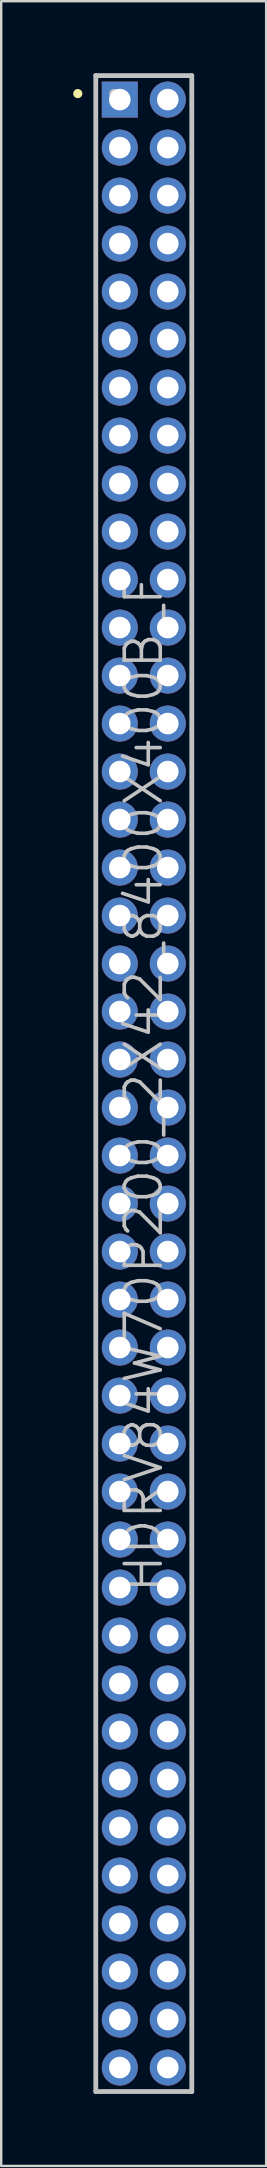
<source format=kicad_pcb>
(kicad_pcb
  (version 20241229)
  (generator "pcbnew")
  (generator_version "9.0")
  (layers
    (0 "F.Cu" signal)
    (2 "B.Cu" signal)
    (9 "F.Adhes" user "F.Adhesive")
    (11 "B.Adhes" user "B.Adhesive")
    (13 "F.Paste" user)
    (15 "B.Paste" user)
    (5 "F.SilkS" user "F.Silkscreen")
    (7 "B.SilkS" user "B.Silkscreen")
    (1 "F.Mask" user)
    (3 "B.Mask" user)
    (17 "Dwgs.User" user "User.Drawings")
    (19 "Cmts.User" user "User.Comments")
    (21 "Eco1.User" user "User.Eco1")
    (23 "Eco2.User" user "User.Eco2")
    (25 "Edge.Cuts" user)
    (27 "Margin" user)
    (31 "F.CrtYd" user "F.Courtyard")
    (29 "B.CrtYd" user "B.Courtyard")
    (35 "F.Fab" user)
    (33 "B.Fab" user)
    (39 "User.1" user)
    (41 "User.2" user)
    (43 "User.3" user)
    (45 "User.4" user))
  (footprint "HDRV84W70P200_2X42_8400X400B_F"
    (layer "F.Cu")
    (at 2.941 42.1)
    (property "Reference" "HDRV84W70P200_2X42_8400X400B_F" (at 0 0 90) (layer "Dwgs.User") (effects (font (size 1.5 1.5) (thickness 0.15))))
    (attr through_hole)
    (fp_line (start -2.75 -41.25) (end -2.75 -41.25) (stroke (width 0.381) (type solid)) (layer "F.SilkS"))
    (fp_line (start -2 -42) (end -2 42) (stroke (width 0.2) (type solid)) (layer "Dwgs.User"))
    (fp_line (start -2 -42) (end 2 -42) (stroke (width 0.2) (type solid)) (layer "Dwgs.User"))
    (fp_line (start -2 42) (end 2 42) (stroke (width 0.2) (type solid)) (layer "Dwgs.User"))
    (fp_line (start -1.25 -41.25) (end -1.25 -41.25) (stroke (width 0.381) (type solid)) (layer "Dwgs.User"))
    (fp_line (start 2 -42) (end 2 42) (stroke (width 0.2) (type solid)) (layer "Dwgs.User"))
    (pad "1" thru_hole rect (at -1 -41) (size 1.5 1.5) (drill 0.9) (layers "*.Cu" "*.Mask"))
    (pad "2" thru_hole circle (at 1 -41 270) (size 1.5 1.5) (drill 0.9) (layers "*.Cu" "*.Mask"))
    (pad "3" thru_hole circle (at -1 -39 270) (size 1.5 1.5) (drill 0.9) (layers "*.Cu" "*.Mask"))
    (pad "4" thru_hole circle (at 1 -39 270) (size 1.5 1.5) (drill 0.9) (layers "*.Cu" "*.Mask"))
    (pad "5" thru_hole circle (at -1 -37 270) (size 1.5 1.5) (drill 0.9) (layers "*.Cu" "*.Mask"))
    (pad "6" thru_hole circle (at 1 -37 270) (size 1.5 1.5) (drill 0.9) (layers "*.Cu" "*.Mask"))
    (pad "7" thru_hole circle (at -1 -35 270) (size 1.5 1.5) (drill 0.9) (layers "*.Cu" "*.Mask"))
    (pad "8" thru_hole circle (at 1 -35 270) (size 1.5 1.5) (drill 0.9) (layers "*.Cu" "*.Mask"))
    (pad "9" thru_hole circle (at -1 -33 270) (size 1.5 1.5) (drill 0.9) (layers "*.Cu" "*.Mask"))
    (pad "10" thru_hole circle (at 1 -33 270) (size 1.5 1.5) (drill 0.9) (layers "*.Cu" "*.Mask"))
    (pad "11" thru_hole circle (at -1 -31 270) (size 1.5 1.5) (drill 0.9) (layers "*.Cu" "*.Mask"))
    (pad "12" thru_hole circle (at 1 -31 270) (size 1.5 1.5) (drill 0.9) (layers "*.Cu" "*.Mask"))
    (pad "13" thru_hole circle (at -1 -29 270) (size 1.5 1.5) (drill 0.9) (layers "*.Cu" "*.Mask"))
    (pad "14" thru_hole circle (at 1 -29 270) (size 1.5 1.5) (drill 0.9) (layers "*.Cu" "*.Mask"))
    (pad "15" thru_hole circle (at -1 -27 270) (size 1.5 1.5) (drill 0.9) (layers "*.Cu" "*.Mask"))
    (pad "16" thru_hole circle (at 1 -27 270) (size 1.5 1.5) (drill 0.9) (layers "*.Cu" "*.Mask"))
    (pad "17" thru_hole circle (at -1 -25 270) (size 1.5 1.5) (drill 0.9) (layers "*.Cu" "*.Mask"))
    (pad "18" thru_hole circle (at 1 -25 270) (size 1.5 1.5) (drill 0.9) (layers "*.Cu" "*.Mask"))
    (pad "19" thru_hole circle (at -1 -23 270) (size 1.5 1.5) (drill 0.9) (layers "*.Cu" "*.Mask"))
    (pad "20" thru_hole circle (at 1 -23 270) (size 1.5 1.5) (drill 0.9) (layers "*.Cu" "*.Mask"))
    (pad "21" thru_hole circle (at -1 -21 270) (size 1.5 1.5) (drill 0.9) (layers "*.Cu" "*.Mask"))
    (pad "22" thru_hole circle (at 1 -21 270) (size 1.5 1.5) (drill 0.9) (layers "*.Cu" "*.Mask"))
    (pad "23" thru_hole circle (at -1 -19 270) (size 1.5 1.5) (drill 0.9) (layers "*.Cu" "*.Mask"))
    (pad "24" thru_hole circle (at 1 -19 270) (size 1.5 1.5) (drill 0.9) (layers "*.Cu" "*.Mask"))
    (pad "25" thru_hole circle (at -1 -17 270) (size 1.5 1.5) (drill 0.9) (layers "*.Cu" "*.Mask"))
    (pad "26" thru_hole circle (at 1 -17 270) (size 1.5 1.5) (drill 0.9) (layers "*.Cu" "*.Mask"))
    (pad "27" thru_hole circle (at -1 -15 270) (size 1.5 1.5) (drill 0.9) (layers "*.Cu" "*.Mask"))
    (pad "28" thru_hole circle (at 1 -15 270) (size 1.5 1.5) (drill 0.9) (layers "*.Cu" "*.Mask"))
    (pad "29" thru_hole circle (at -1 -13 270) (size 1.5 1.5) (drill 0.9) (layers "*.Cu" "*.Mask"))
    (pad "30" thru_hole circle (at 1 -13 270) (size 1.5 1.5) (drill 0.9) (layers "*.Cu" "*.Mask"))
    (pad "31" thru_hole circle (at -1 -11 270) (size 1.5 1.5) (drill 0.9) (layers "*.Cu" "*.Mask"))
    (pad "32" thru_hole circle (at 1 -11 270) (size 1.5 1.5) (drill 0.9) (layers "*.Cu" "*.Mask"))
    (pad "33" thru_hole circle (at -1 -9 270) (size 1.5 1.5) (drill 0.9) (layers "*.Cu" "*.Mask"))
    (pad "34" thru_hole circle (at 1 -9 270) (size 1.5 1.5) (drill 0.9) (layers "*.Cu" "*.Mask"))
    (pad "35" thru_hole circle (at -1 -7 270) (size 1.5 1.5) (drill 0.9) (layers "*.Cu" "*.Mask"))
    (pad "36" thru_hole circle (at 1 -7 270) (size 1.5 1.5) (drill 0.9) (layers "*.Cu" "*.Mask"))
    (pad "37" thru_hole circle (at -1 -5 270) (size 1.5 1.5) (drill 0.9) (layers "*.Cu" "*.Mask"))
    (pad "38" thru_hole circle (at 1 -5 270) (size 1.5 1.5) (drill 0.9) (layers "*.Cu" "*.Mask"))
    (pad "39" thru_hole circle (at -1 -3 270) (size 1.5 1.5) (drill 0.9) (layers "*.Cu" "*.Mask"))
    (pad "40" thru_hole circle (at 1 -3 270) (size 1.5 1.5) (drill 0.9) (layers "*.Cu" "*.Mask"))
    (pad "41" thru_hole circle (at -1 -1 270) (size 1.5 1.5) (drill 0.9) (layers "*.Cu" "*.Mask"))
    (pad "42" thru_hole circle (at 1 -1 270) (size 1.5 1.5) (drill 0.9) (layers "*.Cu" "*.Mask"))
    (pad "43" thru_hole circle (at -1 1 270) (size 1.5 1.5) (drill 0.9) (layers "*.Cu" "*.Mask"))
    (pad "44" thru_hole circle (at 1 1 270) (size 1.5 1.5) (drill 0.9) (layers "*.Cu" "*.Mask"))
    (pad "45" thru_hole circle (at -1 3 270) (size 1.5 1.5) (drill 0.9) (layers "*.Cu" "*.Mask"))
    (pad "46" thru_hole circle (at 1 3 270) (size 1.5 1.5) (drill 0.9) (layers "*.Cu" "*.Mask"))
    (pad "47" thru_hole circle (at -1 5 270) (size 1.5 1.5) (drill 0.9) (layers "*.Cu" "*.Mask"))
    (pad "48" thru_hole circle (at 1 5 270) (size 1.5 1.5) (drill 0.9) (layers "*.Cu" "*.Mask"))
    (pad "49" thru_hole circle (at -1 7 270) (size 1.5 1.5) (drill 0.9) (layers "*.Cu" "*.Mask"))
    (pad "50" thru_hole circle (at 1 7 270) (size 1.5 1.5) (drill 0.9) (layers "*.Cu" "*.Mask"))
    (pad "51" thru_hole circle (at -1 9 270) (size 1.5 1.5) (drill 0.9) (layers "*.Cu" "*.Mask"))
    (pad "52" thru_hole circle (at 1 9 270) (size 1.5 1.5) (drill 0.9) (layers "*.Cu" "*.Mask"))
    (pad "53" thru_hole circle (at -1 11 270) (size 1.5 1.5) (drill 0.9) (layers "*.Cu" "*.Mask"))
    (pad "54" thru_hole circle (at 1 11 270) (size 1.5 1.5) (drill 0.9) (layers "*.Cu" "*.Mask"))
    (pad "55" thru_hole circle (at -1 13 270) (size 1.5 1.5) (drill 0.9) (layers "*.Cu" "*.Mask"))
    (pad "56" thru_hole circle (at 1 13 270) (size 1.5 1.5) (drill 0.9) (layers "*.Cu" "*.Mask"))
    (pad "57" thru_hole circle (at -1 15 270) (size 1.5 1.5) (drill 0.9) (layers "*.Cu" "*.Mask"))
    (pad "58" thru_hole circle (at 1 15 270) (size 1.5 1.5) (drill 0.9) (layers "*.Cu" "*.Mask"))
    (pad "59" thru_hole circle (at -1 17 270) (size 1.5 1.5) (drill 0.9) (layers "*.Cu" "*.Mask"))
    (pad "60" thru_hole circle (at 1 17 270) (size 1.5 1.5) (drill 0.9) (layers "*.Cu" "*.Mask"))
    (pad "61" thru_hole circle (at -1 19 270) (size 1.5 1.5) (drill 0.9) (layers "*.Cu" "*.Mask"))
    (pad "62" thru_hole circle (at 1 19 270) (size 1.5 1.5) (drill 0.9) (layers "*.Cu" "*.Mask"))
    (pad "63" thru_hole circle (at -1 21 270) (size 1.5 1.5) (drill 0.9) (layers "*.Cu" "*.Mask"))
    (pad "64" thru_hole circle (at 1 21 270) (size 1.5 1.5) (drill 0.9) (layers "*.Cu" "*.Mask"))
    (pad "65" thru_hole circle (at -1 23 270) (size 1.5 1.5) (drill 0.9) (layers "*.Cu" "*.Mask"))
    (pad "66" thru_hole circle (at 1 23 270) (size 1.5 1.5) (drill 0.9) (layers "*.Cu" "*.Mask"))
    (pad "67" thru_hole circle (at -1 25 270) (size 1.5 1.5) (drill 0.9) (layers "*.Cu" "*.Mask"))
    (pad "68" thru_hole circle (at 1 25 270) (size 1.5 1.5) (drill 0.9) (layers "*.Cu" "*.Mask"))
    (pad "69" thru_hole circle (at -1 27 270) (size 1.5 1.5) (drill 0.9) (layers "*.Cu" "*.Mask"))
    (pad "70" thru_hole circle (at 1 27 270) (size 1.5 1.5) (drill 0.9) (layers "*.Cu" "*.Mask"))
    (pad "71" thru_hole circle (at -1 29 270) (size 1.5 1.5) (drill 0.9) (layers "*.Cu" "*.Mask"))
    (pad "72" thru_hole circle (at 1 29 270) (size 1.5 1.5) (drill 0.9) (layers "*.Cu" "*.Mask"))
    (pad "73" thru_hole circle (at -1 31 270) (size 1.5 1.5) (drill 0.9) (layers "*.Cu" "*.Mask"))
    (pad "74" thru_hole circle (at 1 31 270) (size 1.5 1.5) (drill 0.9) (layers "*.Cu" "*.Mask"))
    (pad "75" thru_hole circle (at -1 33 270) (size 1.5 1.5) (drill 0.9) (layers "*.Cu" "*.Mask"))
    (pad "76" thru_hole circle (at 1 33 270) (size 1.5 1.5) (drill 0.9) (layers "*.Cu" "*.Mask"))
    (pad "77" thru_hole circle (at -1 35 270) (size 1.5 1.5) (drill 0.9) (layers "*.Cu" "*.Mask"))
    (pad "78" thru_hole circle (at 1 35 270) (size 1.5 1.5) (drill 0.9) (layers "*.Cu" "*.Mask"))
    (pad "79" thru_hole circle (at -1 37 270) (size 1.5 1.5) (drill 0.9) (layers "*.Cu" "*.Mask"))
    (pad "80" thru_hole circle (at 1 37 270) (size 1.5 1.5) (drill 0.9) (layers "*.Cu" "*.Mask"))
    (pad "81" thru_hole circle (at -1 39 270) (size 1.5 1.5) (drill 0.9) (layers "*.Cu" "*.Mask"))
    (pad "82" thru_hole circle (at 1 39 270) (size 1.5 1.5) (drill 0.9) (layers "*.Cu" "*.Mask"))
    (pad "83" thru_hole circle (at -1 41 270) (size 1.5 1.5) (drill 0.9) (layers "*.Cu" "*.Mask"))
    (pad "84" thru_hole circle (at 1 41 270) (size 1.5 1.5) (drill 0.9) (layers "*.Cu" "*.Mask")))
  (gr_rect
    (start -3 -3)
    (end 8.04 87.2)
    (stroke (width 0.1) (type default))
    (fill no)
    (layer "Edge.Cuts")))
</source>
